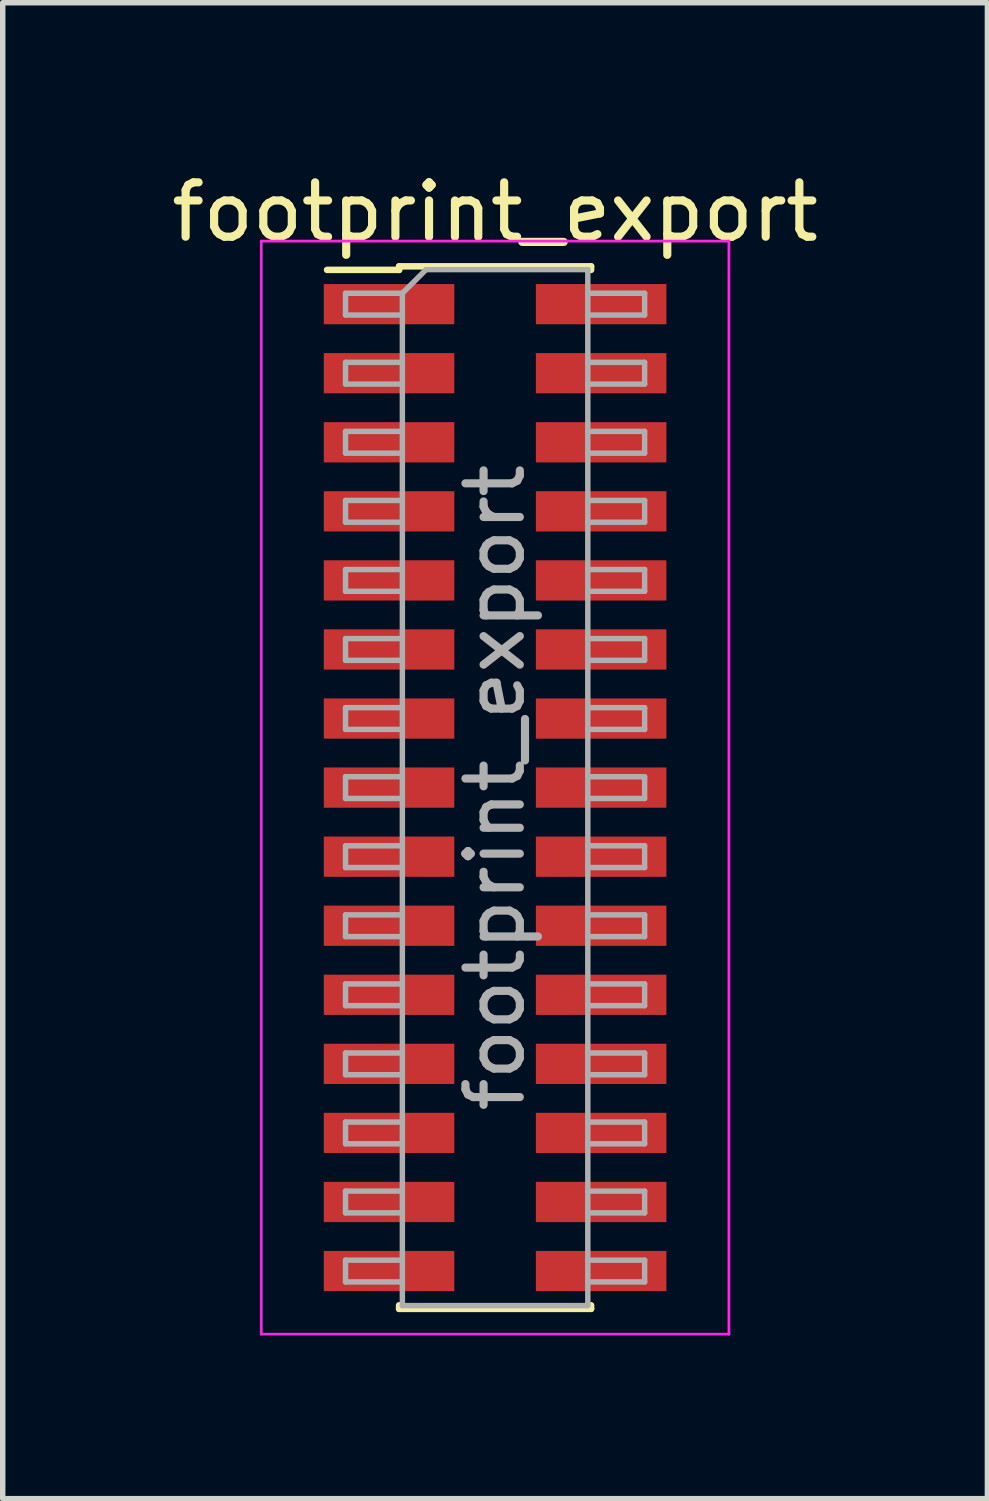
<source format=kicad_pcb>
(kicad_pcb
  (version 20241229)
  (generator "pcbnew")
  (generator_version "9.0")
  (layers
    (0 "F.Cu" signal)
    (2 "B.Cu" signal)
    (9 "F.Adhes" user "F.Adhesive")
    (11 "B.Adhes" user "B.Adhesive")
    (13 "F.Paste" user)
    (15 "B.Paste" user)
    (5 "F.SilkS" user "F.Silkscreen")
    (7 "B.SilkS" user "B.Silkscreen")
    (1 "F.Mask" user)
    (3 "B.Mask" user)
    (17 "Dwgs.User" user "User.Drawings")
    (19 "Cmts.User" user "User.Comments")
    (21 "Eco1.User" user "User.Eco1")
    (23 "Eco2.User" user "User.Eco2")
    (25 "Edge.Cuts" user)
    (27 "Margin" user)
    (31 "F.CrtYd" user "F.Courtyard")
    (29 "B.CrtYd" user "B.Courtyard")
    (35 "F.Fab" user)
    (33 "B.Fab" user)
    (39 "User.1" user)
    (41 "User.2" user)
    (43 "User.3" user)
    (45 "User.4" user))
  (footprint "footprint_export"
    (layer "F.Cu")
    (at 6.054 11.433)
    (property "Reference" "footprint_export" (at 0 -10.585 0) (layer "F.SilkS") (effects (font (size 1 1) (thickness 0.15))))
    (attr smd)
    (fp_line (start -3.09 -9.52) (end -1.765 -9.52) (stroke (width 0.12) (type solid)) (layer "F.SilkS"))
    (fp_line (start -1.765 -9.585) (end -1.765 -9.52) (stroke (width 0.12) (type solid)) (layer "F.SilkS"))
    (fp_line (start -1.765 -9.585) (end 1.765 -9.585) (stroke (width 0.12) (type solid)) (layer "F.SilkS"))
    (fp_line (start -1.765 9.52) (end -1.765 9.585) (stroke (width 0.12) (type solid)) (layer "F.SilkS"))
    (fp_line (start -1.765 9.585) (end 1.765 9.585) (stroke (width 0.12) (type solid)) (layer "F.SilkS"))
    (fp_line (start 1.765 -9.585) (end 1.765 -9.52) (stroke (width 0.12) (type solid)) (layer "F.SilkS"))
    (fp_line (start 1.765 9.52) (end 1.765 9.585) (stroke (width 0.12) (type solid)) (layer "F.SilkS"))
    (fp_line (start -4.3 -10.05) (end -4.3 10.05) (stroke (width 0.05) (type solid)) (layer "F.CrtYd"))
    (fp_line (start -4.3 10.05) (end 4.3 10.05) (stroke (width 0.05) (type solid)) (layer "F.CrtYd"))
    (fp_line (start 4.3 -10.05) (end -4.3 -10.05) (stroke (width 0.05) (type solid)) (layer "F.CrtYd"))
    (fp_line (start 4.3 10.05) (end 4.3 -10.05) (stroke (width 0.05) (type solid)) (layer "F.CrtYd"))
    (fp_line (start -2.75 -9.09) (end -2.75 -8.69) (stroke (width 0.1) (type solid)) (layer "F.Fab"))
    (fp_line (start -2.75 -8.69) (end -1.705 -8.69) (stroke (width 0.1) (type solid)) (layer "F.Fab"))
    (fp_line (start -2.75 -7.82) (end -2.75 -7.42) (stroke (width 0.1) (type solid)) (layer "F.Fab"))
    (fp_line (start -2.75 -7.42) (end -1.705 -7.42) (stroke (width 0.1) (type solid)) (layer "F.Fab"))
    (fp_line (start -2.75 -6.55) (end -2.75 -6.15) (stroke (width 0.1) (type solid)) (layer "F.Fab"))
    (fp_line (start -2.75 -6.15) (end -1.705 -6.15) (stroke (width 0.1) (type solid)) (layer "F.Fab"))
    (fp_line (start -2.75 -5.28) (end -2.75 -4.88) (stroke (width 0.1) (type solid)) (layer "F.Fab"))
    (fp_line (start -2.75 -4.88) (end -1.705 -4.88) (stroke (width 0.1) (type solid)) (layer "F.Fab"))
    (fp_line (start -2.75 -4.01) (end -2.75 -3.61) (stroke (width 0.1) (type solid)) (layer "F.Fab"))
    (fp_line (start -2.75 -3.61) (end -1.705 -3.61) (stroke (width 0.1) (type solid)) (layer "F.Fab"))
    (fp_line (start -2.75 -2.74) (end -2.75 -2.34) (stroke (width 0.1) (type solid)) (layer "F.Fab"))
    (fp_line (start -2.75 -2.34) (end -1.705 -2.34) (stroke (width 0.1) (type solid)) (layer "F.Fab"))
    (fp_line (start -2.75 -1.47) (end -2.75 -1.07) (stroke (width 0.1) (type solid)) (layer "F.Fab"))
    (fp_line (start -2.75 -1.07) (end -1.705 -1.07) (stroke (width 0.1) (type solid)) (layer "F.Fab"))
    (fp_line (start -2.75 -0.2) (end -2.75 0.2) (stroke (width 0.1) (type solid)) (layer "F.Fab"))
    (fp_line (start -2.75 0.2) (end -1.705 0.2) (stroke (width 0.1) (type solid)) (layer "F.Fab"))
    (fp_line (start -2.75 1.07) (end -2.75 1.47) (stroke (width 0.1) (type solid)) (layer "F.Fab"))
    (fp_line (start -2.75 1.47) (end -1.705 1.47) (stroke (width 0.1) (type solid)) (layer "F.Fab"))
    (fp_line (start -2.75 2.34) (end -2.75 2.74) (stroke (width 0.1) (type solid)) (layer "F.Fab"))
    (fp_line (start -2.75 2.74) (end -1.705 2.74) (stroke (width 0.1) (type solid)) (layer "F.Fab"))
    (fp_line (start -2.75 3.61) (end -2.75 4.01) (stroke (width 0.1) (type solid)) (layer "F.Fab"))
    (fp_line (start -2.75 4.01) (end -1.705 4.01) (stroke (width 0.1) (type solid)) (layer "F.Fab"))
    (fp_line (start -2.75 4.88) (end -2.75 5.28) (stroke (width 0.1) (type solid)) (layer "F.Fab"))
    (fp_line (start -2.75 5.28) (end -1.705 5.28) (stroke (width 0.1) (type solid)) (layer "F.Fab"))
    (fp_line (start -2.75 6.15) (end -2.75 6.55) (stroke (width 0.1) (type solid)) (layer "F.Fab"))
    (fp_line (start -2.75 6.55) (end -1.705 6.55) (stroke (width 0.1) (type solid)) (layer "F.Fab"))
    (fp_line (start -2.75 7.42) (end -2.75 7.82) (stroke (width 0.1) (type solid)) (layer "F.Fab"))
    (fp_line (start -2.75 7.82) (end -1.705 7.82) (stroke (width 0.1) (type solid)) (layer "F.Fab"))
    (fp_line (start -2.75 8.69) (end -2.75 9.09) (stroke (width 0.1) (type solid)) (layer "F.Fab"))
    (fp_line (start -2.75 9.09) (end -1.705 9.09) (stroke (width 0.1) (type solid)) (layer "F.Fab"))
    (fp_line (start -1.705 -9.09) (end -2.75 -9.09) (stroke (width 0.1) (type solid)) (layer "F.Fab"))
    (fp_line (start -1.705 -9.09) (end -1.27 -9.525) (stroke (width 0.1) (type solid)) (layer "F.Fab"))
    (fp_line (start -1.705 -7.82) (end -2.75 -7.82) (stroke (width 0.1) (type solid)) (layer "F.Fab"))
    (fp_line (start -1.705 -6.55) (end -2.75 -6.55) (stroke (width 0.1) (type solid)) (layer "F.Fab"))
    (fp_line (start -1.705 -5.28) (end -2.75 -5.28) (stroke (width 0.1) (type solid)) (layer "F.Fab"))
    (fp_line (start -1.705 -4.01) (end -2.75 -4.01) (stroke (width 0.1) (type solid)) (layer "F.Fab"))
    (fp_line (start -1.705 -2.74) (end -2.75 -2.74) (stroke (width 0.1) (type solid)) (layer "F.Fab"))
    (fp_line (start -1.705 -1.47) (end -2.75 -1.47) (stroke (width 0.1) (type solid)) (layer "F.Fab"))
    (fp_line (start -1.705 -0.2) (end -2.75 -0.2) (stroke (width 0.1) (type solid)) (layer "F.Fab"))
    (fp_line (start -1.705 1.07) (end -2.75 1.07) (stroke (width 0.1) (type solid)) (layer "F.Fab"))
    (fp_line (start -1.705 2.34) (end -2.75 2.34) (stroke (width 0.1) (type solid)) (layer "F.Fab"))
    (fp_line (start -1.705 3.61) (end -2.75 3.61) (stroke (width 0.1) (type solid)) (layer "F.Fab"))
    (fp_line (start -1.705 4.88) (end -2.75 4.88) (stroke (width 0.1) (type solid)) (layer "F.Fab"))
    (fp_line (start -1.705 6.15) (end -2.75 6.15) (stroke (width 0.1) (type solid)) (layer "F.Fab"))
    (fp_line (start -1.705 7.42) (end -2.75 7.42) (stroke (width 0.1) (type solid)) (layer "F.Fab"))
    (fp_line (start -1.705 8.69) (end -2.75 8.69) (stroke (width 0.1) (type solid)) (layer "F.Fab"))
    (fp_line (start -1.705 9.525) (end -1.705 -9.09) (stroke (width 0.1) (type solid)) (layer "F.Fab"))
    (fp_line (start -1.27 -9.525) (end 1.705 -9.525) (stroke (width 0.1) (type solid)) (layer "F.Fab"))
    (fp_line (start 1.705 -9.525) (end 1.705 9.525) (stroke (width 0.1) (type solid)) (layer "F.Fab"))
    (fp_line (start 1.705 -9.09) (end 2.75 -9.09) (stroke (width 0.1) (type solid)) (layer "F.Fab"))
    (fp_line (start 1.705 -7.82) (end 2.75 -7.82) (stroke (width 0.1) (type solid)) (layer "F.Fab"))
    (fp_line (start 1.705 -6.55) (end 2.75 -6.55) (stroke (width 0.1) (type solid)) (layer "F.Fab"))
    (fp_line (start 1.705 -5.28) (end 2.75 -5.28) (stroke (width 0.1) (type solid)) (layer "F.Fab"))
    (fp_line (start 1.705 -4.01) (end 2.75 -4.01) (stroke (width 0.1) (type solid)) (layer "F.Fab"))
    (fp_line (start 1.705 -2.74) (end 2.75 -2.74) (stroke (width 0.1) (type solid)) (layer "F.Fab"))
    (fp_line (start 1.705 -1.47) (end 2.75 -1.47) (stroke (width 0.1) (type solid)) (layer "F.Fab"))
    (fp_line (start 1.705 -0.2) (end 2.75 -0.2) (stroke (width 0.1) (type solid)) (layer "F.Fab"))
    (fp_line (start 1.705 1.07) (end 2.75 1.07) (stroke (width 0.1) (type solid)) (layer "F.Fab"))
    (fp_line (start 1.705 2.34) (end 2.75 2.34) (stroke (width 0.1) (type solid)) (layer "F.Fab"))
    (fp_line (start 1.705 3.61) (end 2.75 3.61) (stroke (width 0.1) (type solid)) (layer "F.Fab"))
    (fp_line (start 1.705 4.88) (end 2.75 4.88) (stroke (width 0.1) (type solid)) (layer "F.Fab"))
    (fp_line (start 1.705 6.15) (end 2.75 6.15) (stroke (width 0.1) (type solid)) (layer "F.Fab"))
    (fp_line (start 1.705 7.42) (end 2.75 7.42) (stroke (width 0.1) (type solid)) (layer "F.Fab"))
    (fp_line (start 1.705 8.69) (end 2.75 8.69) (stroke (width 0.1) (type solid)) (layer "F.Fab"))
    (fp_line (start 1.705 9.525) (end -1.705 9.525) (stroke (width 0.1) (type solid)) (layer "F.Fab"))
    (fp_line (start 2.75 -9.09) (end 2.75 -8.69) (stroke (width 0.1) (type solid)) (layer "F.Fab"))
    (fp_line (start 2.75 -8.69) (end 1.705 -8.69) (stroke (width 0.1) (type solid)) (layer "F.Fab"))
    (fp_line (start 2.75 -7.82) (end 2.75 -7.42) (stroke (width 0.1) (type solid)) (layer "F.Fab"))
    (fp_line (start 2.75 -7.42) (end 1.705 -7.42) (stroke (width 0.1) (type solid)) (layer "F.Fab"))
    (fp_line (start 2.75 -6.55) (end 2.75 -6.15) (stroke (width 0.1) (type solid)) (layer "F.Fab"))
    (fp_line (start 2.75 -6.15) (end 1.705 -6.15) (stroke (width 0.1) (type solid)) (layer "F.Fab"))
    (fp_line (start 2.75 -5.28) (end 2.75 -4.88) (stroke (width 0.1) (type solid)) (layer "F.Fab"))
    (fp_line (start 2.75 -4.88) (end 1.705 -4.88) (stroke (width 0.1) (type solid)) (layer "F.Fab"))
    (fp_line (start 2.75 -4.01) (end 2.75 -3.61) (stroke (width 0.1) (type solid)) (layer "F.Fab"))
    (fp_line (start 2.75 -3.61) (end 1.705 -3.61) (stroke (width 0.1) (type solid)) (layer "F.Fab"))
    (fp_line (start 2.75 -2.74) (end 2.75 -2.34) (stroke (width 0.1) (type solid)) (layer "F.Fab"))
    (fp_line (start 2.75 -2.34) (end 1.705 -2.34) (stroke (width 0.1) (type solid)) (layer "F.Fab"))
    (fp_line (start 2.75 -1.47) (end 2.75 -1.07) (stroke (width 0.1) (type solid)) (layer "F.Fab"))
    (fp_line (start 2.75 -1.07) (end 1.705 -1.07) (stroke (width 0.1) (type solid)) (layer "F.Fab"))
    (fp_line (start 2.75 -0.2) (end 2.75 0.2) (stroke (width 0.1) (type solid)) (layer "F.Fab"))
    (fp_line (start 2.75 0.2) (end 1.705 0.2) (stroke (width 0.1) (type solid)) (layer "F.Fab"))
    (fp_line (start 2.75 1.07) (end 2.75 1.47) (stroke (width 0.1) (type solid)) (layer "F.Fab"))
    (fp_line (start 2.75 1.47) (end 1.705 1.47) (stroke (width 0.1) (type solid)) (layer "F.Fab"))
    (fp_line (start 2.75 2.34) (end 2.75 2.74) (stroke (width 0.1) (type solid)) (layer "F.Fab"))
    (fp_line (start 2.75 2.74) (end 1.705 2.74) (stroke (width 0.1) (type solid)) (layer "F.Fab"))
    (fp_line (start 2.75 3.61) (end 2.75 4.01) (stroke (width 0.1) (type solid)) (layer "F.Fab"))
    (fp_line (start 2.75 4.01) (end 1.705 4.01) (stroke (width 0.1) (type solid)) (layer "F.Fab"))
    (fp_line (start 2.75 4.88) (end 2.75 5.28) (stroke (width 0.1) (type solid)) (layer "F.Fab"))
    (fp_line (start 2.75 5.28) (end 1.705 5.28) (stroke (width 0.1) (type solid)) (layer "F.Fab"))
    (fp_line (start 2.75 6.15) (end 2.75 6.55) (stroke (width 0.1) (type solid)) (layer "F.Fab"))
    (fp_line (start 2.75 6.55) (end 1.705 6.55) (stroke (width 0.1) (type solid)) (layer "F.Fab"))
    (fp_line (start 2.75 7.42) (end 2.75 7.82) (stroke (width 0.1) (type solid)) (layer "F.Fab"))
    (fp_line (start 2.75 7.82) (end 1.705 7.82) (stroke (width 0.1) (type solid)) (layer "F.Fab"))
    (fp_line (start 2.75 8.69) (end 2.75 9.09) (stroke (width 0.1) (type solid)) (layer "F.Fab"))
    (fp_line (start 2.75 9.09) (end 1.705 9.09) (stroke (width 0.1) (type solid)) (layer "F.Fab"))
    (fp_text user "${REFERENCE}" (at 0 0 90) (layer "F.Fab") (effects (font (size 1 1) (thickness 0.15))))
    (pad "1" smd rect (at -1.95 -8.89) (size 2.4 0.74) (layers "F.Cu" "F.Mask" "F.Paste"))
    (pad "2" smd rect (at 1.95 -8.89) (size 2.4 0.74) (layers "F.Cu" "F.Mask" "F.Paste"))
    (pad "3" smd rect (at -1.95 -7.62) (size 2.4 0.74) (layers "F.Cu" "F.Mask" "F.Paste"))
    (pad "4" smd rect (at 1.95 -7.62) (size 2.4 0.74) (layers "F.Cu" "F.Mask" "F.Paste"))
    (pad "5" smd rect (at -1.95 -6.35) (size 2.4 0.74) (layers "F.Cu" "F.Mask" "F.Paste"))
    (pad "6" smd rect (at 1.95 -6.35) (size 2.4 0.74) (layers "F.Cu" "F.Mask" "F.Paste"))
    (pad "7" smd rect (at -1.95 -5.08) (size 2.4 0.74) (layers "F.Cu" "F.Mask" "F.Paste"))
    (pad "8" smd rect (at 1.95 -5.08) (size 2.4 0.74) (layers "F.Cu" "F.Mask" "F.Paste"))
    (pad "9" smd rect (at -1.95 -3.81) (size 2.4 0.74) (layers "F.Cu" "F.Mask" "F.Paste"))
    (pad "10" smd rect (at 1.95 -3.81) (size 2.4 0.74) (layers "F.Cu" "F.Mask" "F.Paste"))
    (pad "11" smd rect (at -1.95 -2.54) (size 2.4 0.74) (layers "F.Cu" "F.Mask" "F.Paste"))
    (pad "12" smd rect (at 1.95 -2.54) (size 2.4 0.74) (layers "F.Cu" "F.Mask" "F.Paste"))
    (pad "13" smd rect (at -1.95 -1.27) (size 2.4 0.74) (layers "F.Cu" "F.Mask" "F.Paste"))
    (pad "14" smd rect (at 1.95 -1.27) (size 2.4 0.74) (layers "F.Cu" "F.Mask" "F.Paste"))
    (pad "15" smd rect (at -1.95 0) (size 2.4 0.74) (layers "F.Cu" "F.Mask" "F.Paste"))
    (pad "16" smd rect (at 1.95 0) (size 2.4 0.74) (layers "F.Cu" "F.Mask" "F.Paste"))
    (pad "17" smd rect (at -1.95 1.27) (size 2.4 0.74) (layers "F.Cu" "F.Mask" "F.Paste"))
    (pad "18" smd rect (at 1.95 1.27) (size 2.4 0.74) (layers "F.Cu" "F.Mask" "F.Paste"))
    (pad "19" smd rect (at -1.95 2.54) (size 2.4 0.74) (layers "F.Cu" "F.Mask" "F.Paste"))
    (pad "20" smd rect (at 1.95 2.54) (size 2.4 0.74) (layers "F.Cu" "F.Mask" "F.Paste"))
    (pad "21" smd rect (at -1.95 3.81) (size 2.4 0.74) (layers "F.Cu" "F.Mask" "F.Paste"))
    (pad "22" smd rect (at 1.95 3.81) (size 2.4 0.74) (layers "F.Cu" "F.Mask" "F.Paste"))
    (pad "23" smd rect (at -1.95 5.08) (size 2.4 0.74) (layers "F.Cu" "F.Mask" "F.Paste"))
    (pad "24" smd rect (at 1.95 5.08) (size 2.4 0.74) (layers "F.Cu" "F.Mask" "F.Paste"))
    (pad "25" smd rect (at -1.95 6.35) (size 2.4 0.74) (layers "F.Cu" "F.Mask" "F.Paste"))
    (pad "26" smd rect (at 1.95 6.35) (size 2.4 0.74) (layers "F.Cu" "F.Mask" "F.Paste"))
    (pad "27" smd rect (at -1.95 7.62) (size 2.4 0.74) (layers "F.Cu" "F.Mask" "F.Paste"))
    (pad "28" smd rect (at 1.95 7.62) (size 2.4 0.74) (layers "F.Cu" "F.Mask" "F.Paste"))
    (pad "29" smd rect (at -1.95 8.89) (size 2.4 0.74) (layers "F.Cu" "F.Mask" "F.Paste"))
    (pad "30" smd rect (at 1.95 8.89) (size 2.4 0.74) (layers "F.Cu" "F.Mask" "F.Paste")))
  (gr_rect
    (start -3 -3)
    (end 15.107 24.508)
    (stroke (width 0.1) (type default))
    (fill no)
    (layer "Edge.Cuts")))
</source>
